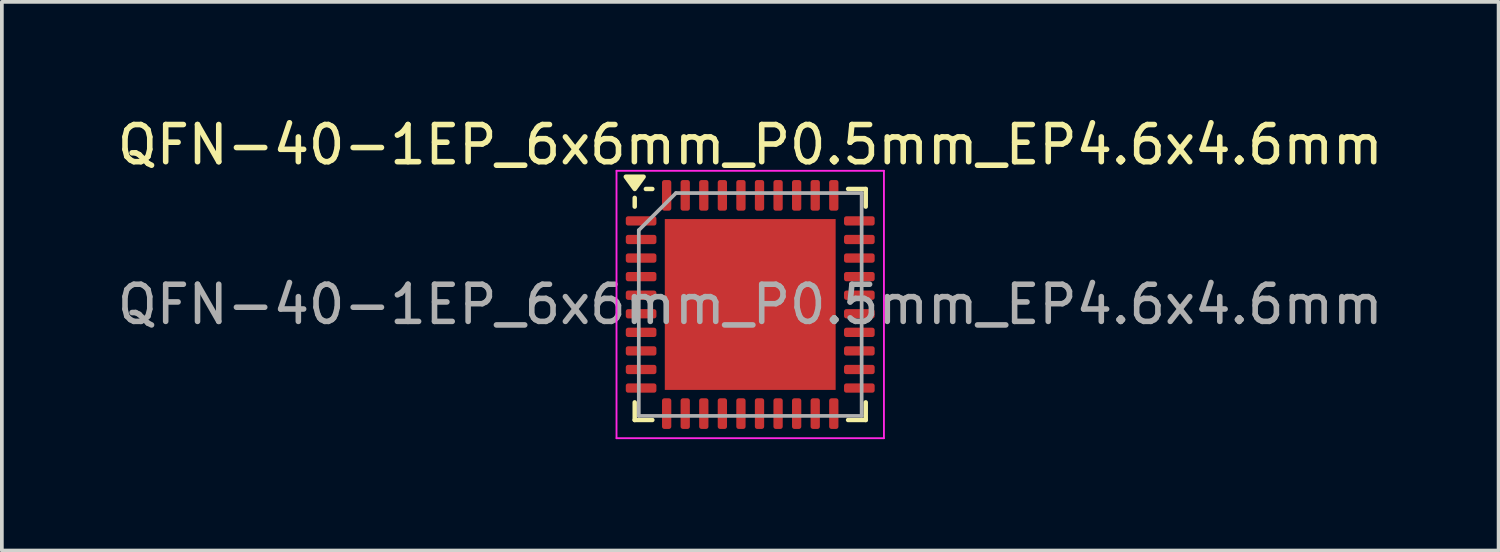
<source format=kicad_pcb>
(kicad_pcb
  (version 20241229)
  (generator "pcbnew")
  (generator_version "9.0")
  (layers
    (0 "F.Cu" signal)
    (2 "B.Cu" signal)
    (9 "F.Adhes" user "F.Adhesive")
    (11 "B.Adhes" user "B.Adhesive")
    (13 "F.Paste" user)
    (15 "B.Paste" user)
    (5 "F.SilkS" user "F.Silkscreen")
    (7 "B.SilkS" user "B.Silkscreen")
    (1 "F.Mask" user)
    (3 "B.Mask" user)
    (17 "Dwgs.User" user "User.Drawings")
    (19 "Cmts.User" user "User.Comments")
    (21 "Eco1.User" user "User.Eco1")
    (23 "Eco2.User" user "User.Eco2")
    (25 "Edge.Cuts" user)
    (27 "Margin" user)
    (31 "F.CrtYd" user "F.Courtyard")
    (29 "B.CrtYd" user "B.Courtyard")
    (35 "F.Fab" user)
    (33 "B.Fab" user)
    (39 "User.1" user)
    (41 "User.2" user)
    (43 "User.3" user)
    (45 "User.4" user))
  (footprint "QFN-40-1EP_6x6mm_P0.5mm_EP4.6x4.6mm"
    (layer "F.Cu")
    (at 17.149 5.148)
    (property "Reference" "QFN-40-1EP_6x6mm_P0.5mm_EP4.6x4.6mm" (at 0 -4.3 0) (layer "F.SilkS") (effects (font (size 1 1) (thickness 0.15))))
    (attr smd)
    (fp_line (start -3.11 -2.635) (end -3.11 -2.87) (stroke (width 0.12) (type solid)) (layer "F.SilkS"))
    (fp_line (start -3.11 3.11) (end -3.11 2.635) (stroke (width 0.12) (type solid)) (layer "F.SilkS"))
    (fp_line (start -2.635 -3.11) (end -2.81 -3.11) (stroke (width 0.12) (type solid)) (layer "F.SilkS"))
    (fp_line (start -2.635 3.11) (end -3.11 3.11) (stroke (width 0.12) (type solid)) (layer "F.SilkS"))
    (fp_line (start 2.635 -3.11) (end 3.11 -3.11) (stroke (width 0.12) (type solid)) (layer "F.SilkS"))
    (fp_line (start 2.635 3.11) (end 3.11 3.11) (stroke (width 0.12) (type solid)) (layer "F.SilkS"))
    (fp_line (start 3.11 -3.11) (end 3.11 -2.635) (stroke (width 0.12) (type solid)) (layer "F.SilkS"))
    (fp_line (start 3.11 3.11) (end 3.11 2.635) (stroke (width 0.12) (type solid)) (layer "F.SilkS"))
    (fp_poly (pts (xy -3.11 -3.11) (xy -3.35 -3.44) (xy -2.87 -3.44) (xy -3.11 -3.11)) (stroke (width 0.12) (type solid)) (fill yes) (layer "F.SilkS"))
    (fp_line (start -3.6 -3.6) (end -3.6 3.6) (stroke (width 0.05) (type solid)) (layer "F.CrtYd"))
    (fp_line (start -3.6 3.6) (end 3.6 3.6) (stroke (width 0.05) (type solid)) (layer "F.CrtYd"))
    (fp_line (start 3.6 -3.6) (end -3.6 -3.6) (stroke (width 0.05) (type solid)) (layer "F.CrtYd"))
    (fp_line (start 3.6 3.6) (end 3.6 -3.6) (stroke (width 0.05) (type solid)) (layer "F.CrtYd"))
    (fp_line (start -3 -2) (end -2 -3) (stroke (width 0.1) (type solid)) (layer "F.Fab"))
    (fp_line (start -3 3) (end -3 -2) (stroke (width 0.1) (type solid)) (layer "F.Fab"))
    (fp_line (start -2 -3) (end 3 -3) (stroke (width 0.1) (type solid)) (layer "F.Fab"))
    (fp_line (start 3 -3) (end 3 3) (stroke (width 0.1) (type solid)) (layer "F.Fab"))
    (fp_line (start 3 3) (end -3 3) (stroke (width 0.1) (type solid)) (layer "F.Fab"))
    (fp_text user "${REFERENCE}" (at 0 0 0) (layer "F.Fab") (effects (font (size 1 1) (thickness 0.15))))
    (pad "" smd roundrect (at -1.725 -1.725) (size 0.93 0.93) (layers "F.Paste") (roundrect_rratio 0.25))
    (pad "" smd roundrect (at -1.725 -0.575) (size 0.93 0.93) (layers "F.Paste") (roundrect_rratio 0.25))
    (pad "" smd roundrect (at -1.725 0.575) (size 0.93 0.93) (layers "F.Paste") (roundrect_rratio 0.25))
    (pad "" smd roundrect (at -1.725 1.725) (size 0.93 0.93) (layers "F.Paste") (roundrect_rratio 0.25))
    (pad "" smd roundrect (at -0.575 -1.725) (size 0.93 0.93) (layers "F.Paste") (roundrect_rratio 0.25))
    (pad "" smd roundrect (at -0.575 -0.575) (size 0.93 0.93) (layers "F.Paste") (roundrect_rratio 0.25))
    (pad "" smd roundrect (at -0.575 0.575) (size 0.93 0.93) (layers "F.Paste") (roundrect_rratio 0.25))
    (pad "" smd roundrect (at -0.575 1.725) (size 0.93 0.93) (layers "F.Paste") (roundrect_rratio 0.25))
    (pad "" smd roundrect (at 0.575 -1.725) (size 0.93 0.93) (layers "F.Paste") (roundrect_rratio 0.25))
    (pad "" smd roundrect (at 0.575 -0.575) (size 0.93 0.93) (layers "F.Paste") (roundrect_rratio 0.25))
    (pad "" smd roundrect (at 0.575 0.575) (size 0.93 0.93) (layers "F.Paste") (roundrect_rratio 0.25))
    (pad "" smd roundrect (at 0.575 1.725) (size 0.93 0.93) (layers "F.Paste") (roundrect_rratio 0.25))
    (pad "" smd roundrect (at 1.725 -1.725) (size 0.93 0.93) (layers "F.Paste") (roundrect_rratio 0.25))
    (pad "" smd roundrect (at 1.725 -0.575) (size 0.93 0.93) (layers "F.Paste") (roundrect_rratio 0.25))
    (pad "" smd roundrect (at 1.725 0.575) (size 0.93 0.93) (layers "F.Paste") (roundrect_rratio 0.25))
    (pad "" smd roundrect (at 1.725 1.725) (size 0.93 0.93) (layers "F.Paste") (roundrect_rratio 0.25))
    (pad "1" smd roundrect (at -2.938 -2.25) (size 0.825 0.25) (layers "F.Cu" "F.Mask" "F.Paste") (roundrect_rratio 0.25))
    (pad "2" smd roundrect (at -2.938 -1.75) (size 0.825 0.25) (layers "F.Cu" "F.Mask" "F.Paste") (roundrect_rratio 0.25))
    (pad "3" smd roundrect (at -2.938 -1.25) (size 0.825 0.25) (layers "F.Cu" "F.Mask" "F.Paste") (roundrect_rratio 0.25))
    (pad "4" smd roundrect (at -2.938 -0.75) (size 0.825 0.25) (layers "F.Cu" "F.Mask" "F.Paste") (roundrect_rratio 0.25))
    (pad "5" smd roundrect (at -2.938 -0.25) (size 0.825 0.25) (layers "F.Cu" "F.Mask" "F.Paste") (roundrect_rratio 0.25))
    (pad "6" smd roundrect (at -2.938 0.25) (size 0.825 0.25) (layers "F.Cu" "F.Mask" "F.Paste") (roundrect_rratio 0.25))
    (pad "7" smd roundrect (at -2.938 0.75) (size 0.825 0.25) (layers "F.Cu" "F.Mask" "F.Paste") (roundrect_rratio 0.25))
    (pad "8" smd roundrect (at -2.938 1.25) (size 0.825 0.25) (layers "F.Cu" "F.Mask" "F.Paste") (roundrect_rratio 0.25))
    (pad "9" smd roundrect (at -2.938 1.75) (size 0.825 0.25) (layers "F.Cu" "F.Mask" "F.Paste") (roundrect_rratio 0.25))
    (pad "10" smd roundrect (at -2.938 2.25) (size 0.825 0.25) (layers "F.Cu" "F.Mask" "F.Paste") (roundrect_rratio 0.25))
    (pad "11" smd roundrect (at -2.25 2.938) (size 0.25 0.825) (layers "F.Cu" "F.Mask" "F.Paste") (roundrect_rratio 0.25))
    (pad "12" smd roundrect (at -1.75 2.938) (size 0.25 0.825) (layers "F.Cu" "F.Mask" "F.Paste") (roundrect_rratio 0.25))
    (pad "13" smd roundrect (at -1.25 2.938) (size 0.25 0.825) (layers "F.Cu" "F.Mask" "F.Paste") (roundrect_rratio 0.25))
    (pad "14" smd roundrect (at -0.75 2.938) (size 0.25 0.825) (layers "F.Cu" "F.Mask" "F.Paste") (roundrect_rratio 0.25))
    (pad "15" smd roundrect (at -0.25 2.938) (size 0.25 0.825) (layers "F.Cu" "F.Mask" "F.Paste") (roundrect_rratio 0.25))
    (pad "16" smd roundrect (at 0.25 2.938) (size 0.25 0.825) (layers "F.Cu" "F.Mask" "F.Paste") (roundrect_rratio 0.25))
    (pad "17" smd roundrect (at 0.75 2.938) (size 0.25 0.825) (layers "F.Cu" "F.Mask" "F.Paste") (roundrect_rratio 0.25))
    (pad "18" smd roundrect (at 1.25 2.938) (size 0.25 0.825) (layers "F.Cu" "F.Mask" "F.Paste") (roundrect_rratio 0.25))
    (pad "19" smd roundrect (at 1.75 2.938) (size 0.25 0.825) (layers "F.Cu" "F.Mask" "F.Paste") (roundrect_rratio 0.25))
    (pad "20" smd roundrect (at 2.25 2.938) (size 0.25 0.825) (layers "F.Cu" "F.Mask" "F.Paste") (roundrect_rratio 0.25))
    (pad "21" smd roundrect (at 2.938 2.25) (size 0.825 0.25) (layers "F.Cu" "F.Mask" "F.Paste") (roundrect_rratio 0.25))
    (pad "22" smd roundrect (at 2.938 1.75) (size 0.825 0.25) (layers "F.Cu" "F.Mask" "F.Paste") (roundrect_rratio 0.25))
    (pad "23" smd roundrect (at 2.938 1.25) (size 0.825 0.25) (layers "F.Cu" "F.Mask" "F.Paste") (roundrect_rratio 0.25))
    (pad "24" smd roundrect (at 2.938 0.75) (size 0.825 0.25) (layers "F.Cu" "F.Mask" "F.Paste") (roundrect_rratio 0.25))
    (pad "25" smd roundrect (at 2.938 0.25) (size 0.825 0.25) (layers "F.Cu" "F.Mask" "F.Paste") (roundrect_rratio 0.25))
    (pad "26" smd roundrect (at 2.938 -0.25) (size 0.825 0.25) (layers "F.Cu" "F.Mask" "F.Paste") (roundrect_rratio 0.25))
    (pad "27" smd roundrect (at 2.938 -0.75) (size 0.825 0.25) (layers "F.Cu" "F.Mask" "F.Paste") (roundrect_rratio 0.25))
    (pad "28" smd roundrect (at 2.938 -1.25) (size 0.825 0.25) (layers "F.Cu" "F.Mask" "F.Paste") (roundrect_rratio 0.25))
    (pad "29" smd roundrect (at 2.938 -1.75) (size 0.825 0.25) (layers "F.Cu" "F.Mask" "F.Paste") (roundrect_rratio 0.25))
    (pad "30" smd roundrect (at 2.938 -2.25) (size 0.825 0.25) (layers "F.Cu" "F.Mask" "F.Paste") (roundrect_rratio 0.25))
    (pad "31" smd roundrect (at 2.25 -2.938) (size 0.25 0.825) (layers "F.Cu" "F.Mask" "F.Paste") (roundrect_rratio 0.25))
    (pad "32" smd roundrect (at 1.75 -2.938) (size 0.25 0.825) (layers "F.Cu" "F.Mask" "F.Paste") (roundrect_rratio 0.25))
    (pad "33" smd roundrect (at 1.25 -2.938) (size 0.25 0.825) (layers "F.Cu" "F.Mask" "F.Paste") (roundrect_rratio 0.25))
    (pad "34" smd roundrect (at 0.75 -2.938) (size 0.25 0.825) (layers "F.Cu" "F.Mask" "F.Paste") (roundrect_rratio 0.25))
    (pad "35" smd roundrect (at 0.25 -2.938) (size 0.25 0.825) (layers "F.Cu" "F.Mask" "F.Paste") (roundrect_rratio 0.25))
    (pad "36" smd roundrect (at -0.25 -2.938) (size 0.25 0.825) (layers "F.Cu" "F.Mask" "F.Paste") (roundrect_rratio 0.25))
    (pad "37" smd roundrect (at -0.75 -2.938) (size 0.25 0.825) (layers "F.Cu" "F.Mask" "F.Paste") (roundrect_rratio 0.25))
    (pad "38" smd roundrect (at -1.25 -2.938) (size 0.25 0.825) (layers "F.Cu" "F.Mask" "F.Paste") (roundrect_rratio 0.25))
    (pad "39" smd roundrect (at -1.75 -2.938) (size 0.25 0.825) (layers "F.Cu" "F.Mask" "F.Paste") (roundrect_rratio 0.25))
    (pad "40" smd roundrect (at -2.25 -2.938) (size 0.25 0.825) (layers "F.Cu" "F.Mask" "F.Paste") (roundrect_rratio 0.25))
    (pad "41" smd rect (at 0 0) (size 4.6 4.6) (property pad_prop_heatsink) (layers "F.Cu" "F.Mask")))
  (gr_rect
    (start -3 -3)
    (end 37.298 11.773)
    (stroke (width 0.1) (type default))
    (fill no)
    (layer "Edge.Cuts")))
</source>
